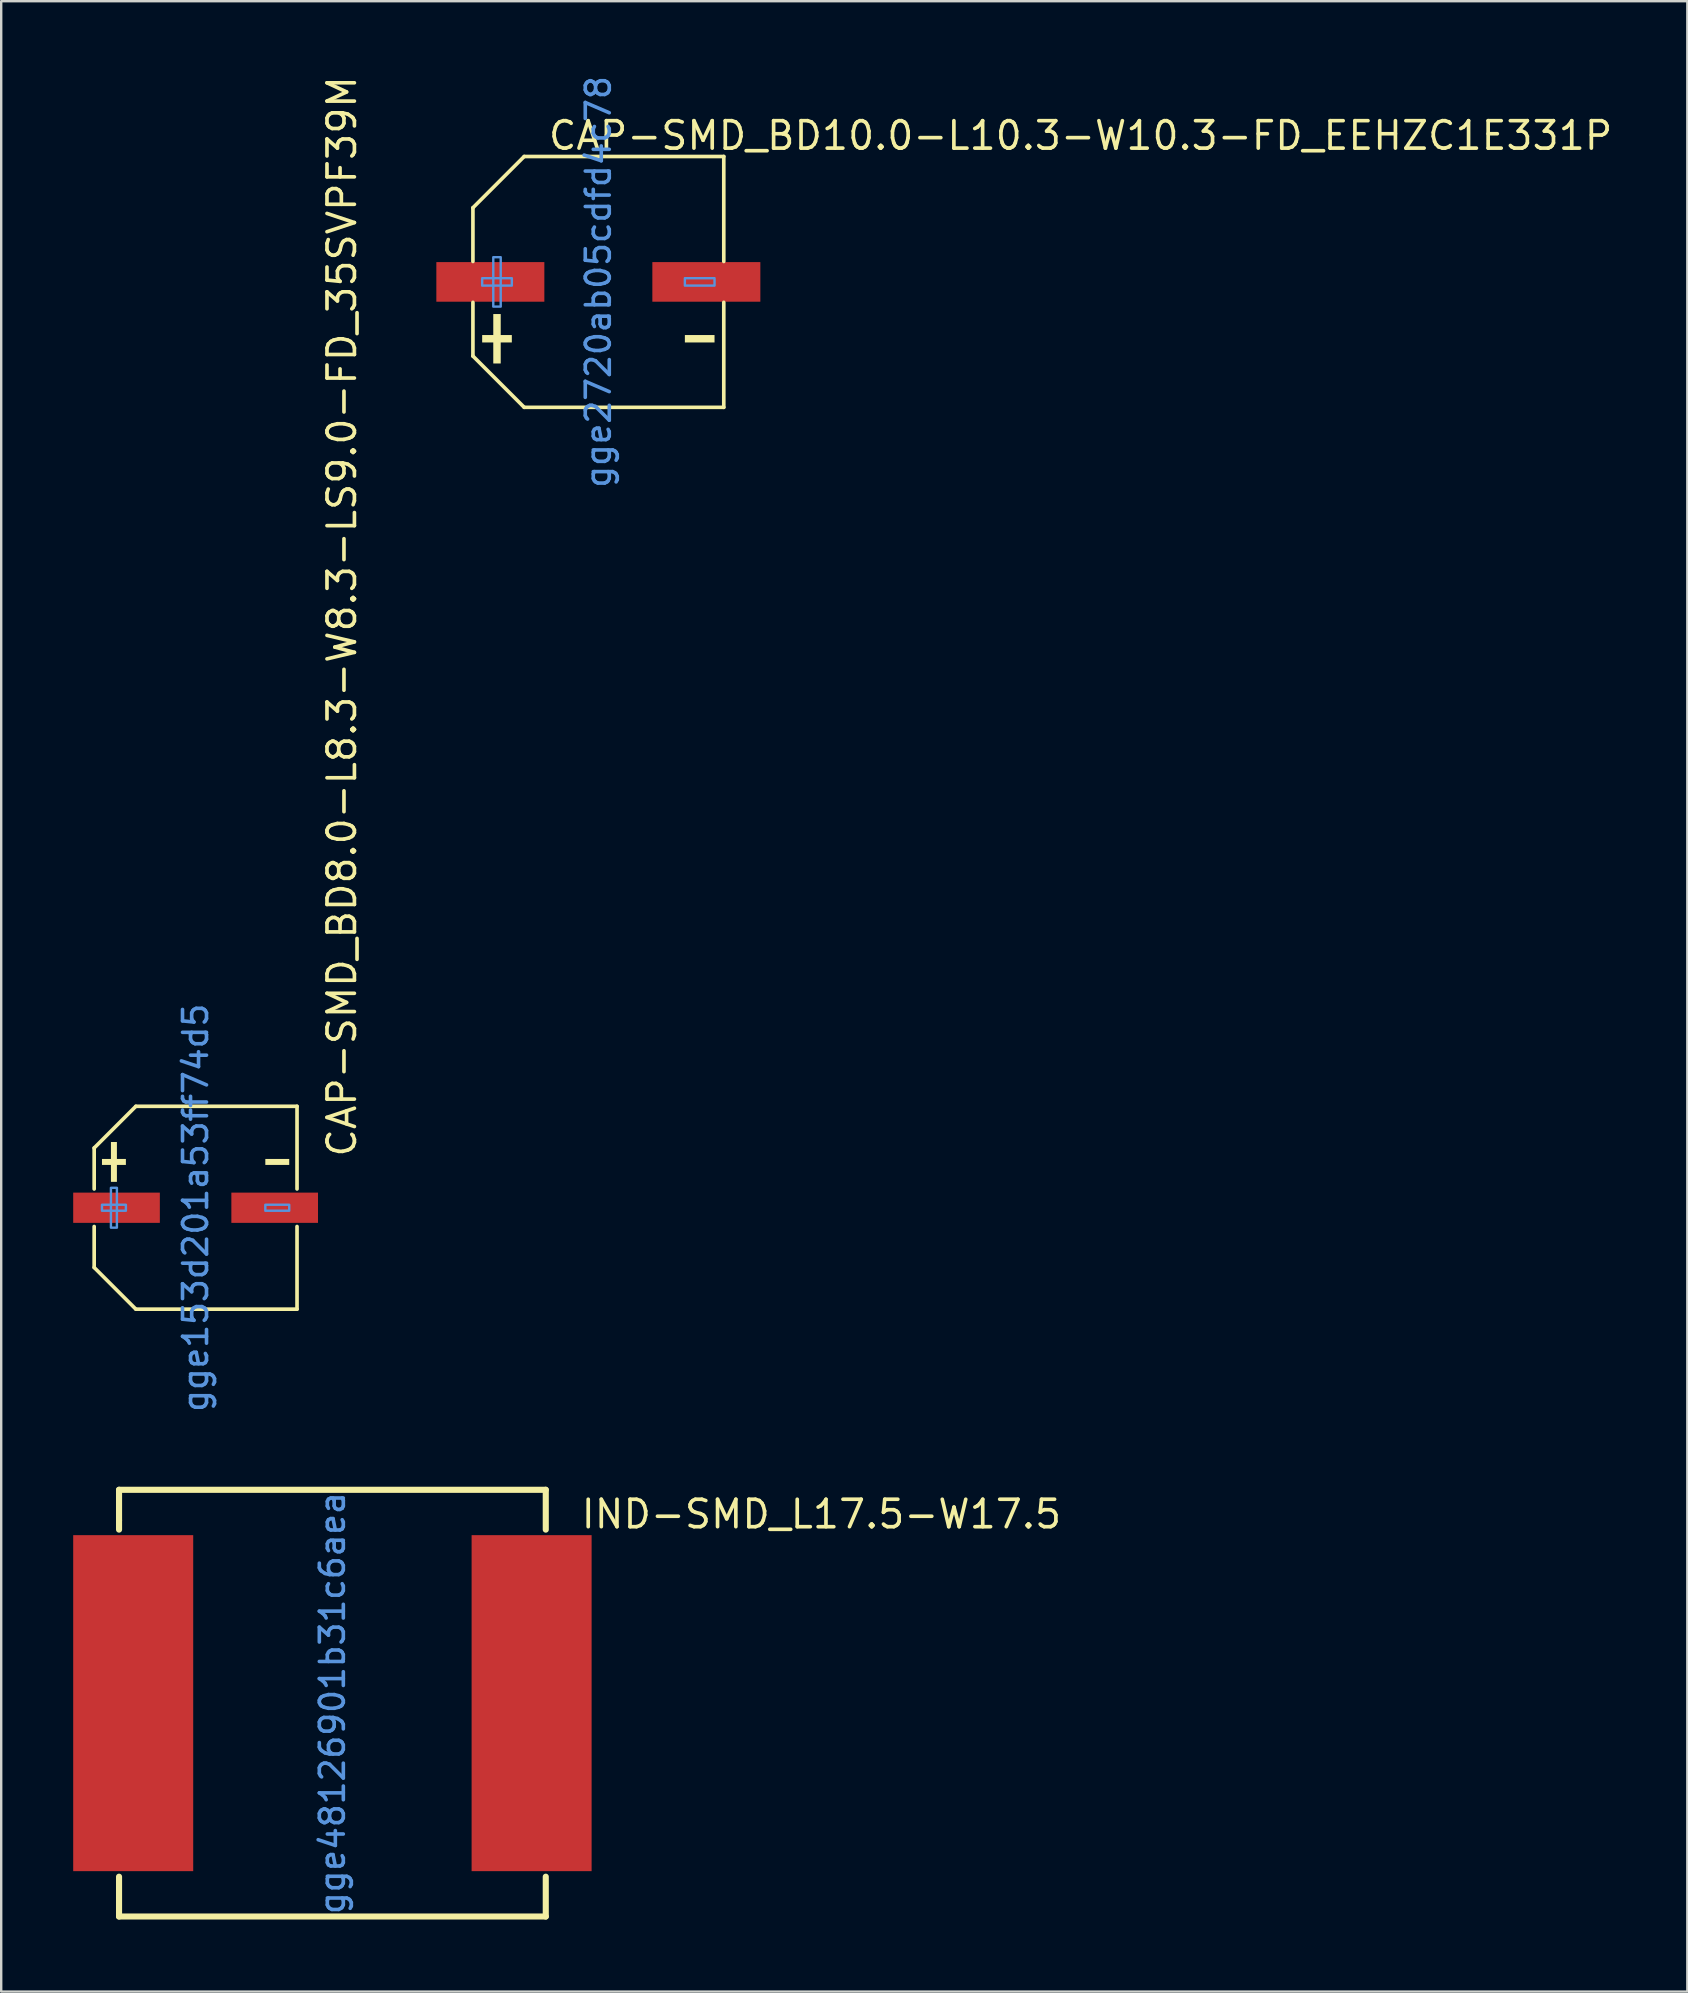
<source format=kicad_pcb>
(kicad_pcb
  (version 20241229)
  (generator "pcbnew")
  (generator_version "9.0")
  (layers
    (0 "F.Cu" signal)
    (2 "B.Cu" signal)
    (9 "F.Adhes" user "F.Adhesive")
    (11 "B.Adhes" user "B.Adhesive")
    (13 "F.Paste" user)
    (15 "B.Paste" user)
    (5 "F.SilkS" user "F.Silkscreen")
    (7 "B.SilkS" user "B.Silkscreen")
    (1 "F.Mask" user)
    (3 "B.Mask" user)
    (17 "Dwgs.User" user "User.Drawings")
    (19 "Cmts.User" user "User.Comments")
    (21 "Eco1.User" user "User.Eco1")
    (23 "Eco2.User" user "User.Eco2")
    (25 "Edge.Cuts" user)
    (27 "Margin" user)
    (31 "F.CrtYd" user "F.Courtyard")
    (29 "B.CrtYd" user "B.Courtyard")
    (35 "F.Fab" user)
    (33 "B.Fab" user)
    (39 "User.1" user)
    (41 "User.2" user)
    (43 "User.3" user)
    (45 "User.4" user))
  (footprint "CAP-SMD_BD8.0-L8.3-W8.3-LS9.0-FD_35SVPF39M"
    (layer "F.Cu")
    (at 5.1 47.272)
    (property "Reference" "CAP-SMD_BD8.0-L8.3-W8.3-LS9.0-FD_35SVPF39M" (at 6.096 -2.032 90) (layer "F.SilkS") (effects (font (size 1.143 1.143) (thickness 0.152)) (justify left)))
    (attr smd)
    (fp_line (start -4.226 -2.49) (end -4.226 -0.782) (stroke (width 0.152) (type solid)) (layer "F.SilkS"))
    (fp_line (start -4.226 2.49) (end -4.226 0.782) (stroke (width 0.152) (type solid)) (layer "F.SilkS"))
    (fp_line (start -2.49 -4.226) (end -4.226 -2.49) (stroke (width 0.152) (type solid)) (layer "F.SilkS"))
    (fp_line (start -2.49 4.226) (end -4.226 2.49) (stroke (width 0.152) (type solid)) (layer "F.SilkS"))
    (fp_line (start 4.226 -4.226) (end -2.49 -4.226) (stroke (width 0.152) (type solid)) (layer "F.SilkS"))
    (fp_line (start 4.226 -0.782) (end 4.226 -4.226) (stroke (width 0.152) (type solid)) (layer "F.SilkS"))
    (fp_line (start 4.226 0.782) (end 4.226 4.226) (stroke (width 0.152) (type solid)) (layer "F.SilkS"))
    (fp_line (start 4.226 4.226) (end -2.49 4.226) (stroke (width 0.152) (type solid)) (layer "F.SilkS"))
    (fp_poly (pts (xy -3.901 -1.784) (xy -3.901 -2.033) (xy -2.905 -2.033) (xy -2.905 -1.784)) (stroke (width 0) (type solid)) (fill yes) (layer "F.SilkS"))
    (fp_poly (pts (xy -3.528 -1.079) (xy -3.528 -2.739) (xy -3.279 -2.739) (xy -3.279 -1.079)) (stroke (width 0) (type solid)) (fill yes) (layer "F.SilkS"))
    (fp_poly (pts (xy 3.901 -1.784) (xy 3.901 -2.033) (xy 2.905 -2.033) (xy 2.905 -1.784)) (stroke (width 0) (type solid)) (fill yes) (layer "F.SilkS"))
    (fp_poly (pts (xy -3.901 0.125) (xy -3.901 -0.124) (xy -2.905 -0.124) (xy -2.905 0.125)) (stroke (width 0.1) (type solid)) (fill no) (layer "Cmts.User"))
    (fp_poly (pts (xy -3.528 0.83) (xy -3.528 -0.83) (xy -3.279 -0.83) (xy -3.279 0.83)) (stroke (width 0.1) (type solid)) (fill no) (layer "Cmts.User"))
    (fp_poly (pts (xy 3.901 0.125) (xy 3.901 -0.124) (xy 2.905 -0.124) (xy 2.905 0.125)) (stroke (width 0.1) (type solid)) (fill no) (layer "Cmts.User"))
    (fp_text user "gge153d201a53ff74d5" (at 0 0 90) (layer "Cmts.User") (effects (font (size 1 1) (thickness 0.15))))
    (pad "1" smd rect (at -3.295 0 180) (size 3.61 1.26) (layers "F.Cu" "F.Mask" "F.Paste"))
    (pad "2" smd rect (at 3.295 0 180) (size 3.61 1.26) (layers "F.Cu" "F.Mask" "F.Paste")))
  (footprint "IND-SMD_L17.5-W17.5"
    (layer "F.Cu")
    (at 10.8 67.914)
    (property "Reference" "IND-SMD_L17.5-W17.5" (at 10.287 -7.874 0) (layer "F.SilkS") (effects (font (size 1.143 1.143) (thickness 0.152)) (justify left)))
    (attr smd)
    (fp_line (start -8.89 -8.89) (end -8.89 -7.62) (stroke (width 0.254) (type solid)) (layer "F.SilkS"))
    (fp_line (start -8.89 -7.62) (end -8.89 -7.231) (stroke (width 0.254) (type solid)) (layer "F.SilkS"))
    (fp_line (start -8.89 7.231) (end -8.89 8.89) (stroke (width 0.254) (type solid)) (layer "F.SilkS"))
    (fp_line (start -8.89 8.89) (end 8.89 8.89) (stroke (width 0.254) (type solid)) (layer "F.SilkS"))
    (fp_line (start 8.89 -8.89) (end -8.89 -8.89) (stroke (width 0.254) (type solid)) (layer "F.SilkS"))
    (fp_line (start 8.89 -7.231) (end 8.89 -8.89) (stroke (width 0.254) (type solid)) (layer "F.SilkS"))
    (fp_line (start 8.89 8.89) (end 8.89 7.231) (stroke (width 0.254) (type solid)) (layer "F.SilkS"))
    (fp_text user "gge48126901b31c6aea" (at 0 0 90) (layer "Cmts.User") (effects (font (size 1 1) (thickness 0.15))))
    (pad "1" smd rect (at -8.3 0) (size 5 14) (layers "F.Cu" "F.Mask" "F.Paste"))
    (pad "2" smd rect (at 8.3 0) (size 5 14) (layers "F.Cu" "F.Mask" "F.Paste")))
  (footprint "CAP-SMD_BD10.0-L10.3-W10.3-FD_EEHZC1E331P"
    (layer "F.Cu")
    (at 21.881 8.696)
    (property "Reference" "CAP-SMD_BD10.0-L10.3-W10.3-FD_EEHZC1E331P" (at -2.159 -6.096 0) (layer "F.SilkS") (effects (font (size 1.143 1.143) (thickness 0.152)) (justify left)))
    (attr smd)
    (fp_line (start -5.226 -3.09) (end -5.226 -0.852) (stroke (width 0.152) (type solid)) (layer "F.SilkS"))
    (fp_line (start -5.226 3.09) (end -5.226 0.852) (stroke (width 0.152) (type solid)) (layer "F.SilkS"))
    (fp_line (start -3.09 -5.226) (end -5.226 -3.09) (stroke (width 0.152) (type solid)) (layer "F.SilkS"))
    (fp_line (start -3.09 5.226) (end -5.226 3.09) (stroke (width 0.152) (type solid)) (layer "F.SilkS"))
    (fp_line (start 5.226 -5.226) (end -3.09 -5.226) (stroke (width 0.152) (type solid)) (layer "F.SilkS"))
    (fp_line (start 5.226 -0.852) (end 5.226 -5.226) (stroke (width 0.152) (type solid)) (layer "F.SilkS"))
    (fp_line (start 5.226 0.852) (end 5.226 5.226) (stroke (width 0.152) (type solid)) (layer "F.SilkS"))
    (fp_line (start 5.226 5.226) (end -3.09 5.226) (stroke (width 0.152) (type solid)) (layer "F.SilkS"))
    (fp_poly (pts (xy -4.841 2.214) (xy -4.841 2.523) (xy -3.605 2.523) (xy -3.605 2.214)) (stroke (width 0) (type solid)) (fill yes) (layer "F.SilkS"))
    (fp_poly (pts (xy -4.378 1.339) (xy -4.378 3.399) (xy -4.068 3.399) (xy -4.068 1.339)) (stroke (width 0) (type solid)) (fill yes) (layer "F.SilkS"))
    (fp_poly (pts (xy 4.841 2.214) (xy 4.841 2.523) (xy 3.605 2.523) (xy 3.605 2.214)) (stroke (width 0) (type solid)) (fill yes) (layer "F.SilkS"))
    (fp_poly (pts (xy -4.841 -0.155) (xy -4.841 0.155) (xy -3.605 0.155) (xy -3.605 -0.155)) (stroke (width 0.1) (type solid)) (fill no) (layer "Cmts.User"))
    (fp_poly (pts (xy -4.378 -1.03) (xy -4.378 1.03) (xy -4.068 1.03) (xy -4.068 -1.03)) (stroke (width 0.1) (type solid)) (fill no) (layer "Cmts.User"))
    (fp_poly (pts (xy 4.841 -0.155) (xy 4.841 0.155) (xy 3.605 0.155) (xy 3.605 -0.155)) (stroke (width 0.1) (type solid)) (fill no) (layer "Cmts.User"))
    (fp_text user "gge2720ab05cdfd4c78" (at 0 0 270) (layer "Cmts.User") (effects (font (size 1 1) (thickness 0.15))))
    (pad "1" smd rect (at -4.5 0) (size 4.5 1.65) (layers "F.Cu" "F.Mask" "F.Paste"))
    (pad "2" smd rect (at 4.5 0) (size 4.5 1.65) (layers "F.Cu" "F.Mask" "F.Paste")))
  (gr_rect
    (start -3 -3)
    (end 67.255 79.931)
    (stroke (width 0.1) (type default))
    (fill no)
    (layer "Edge.Cuts")))
</source>
